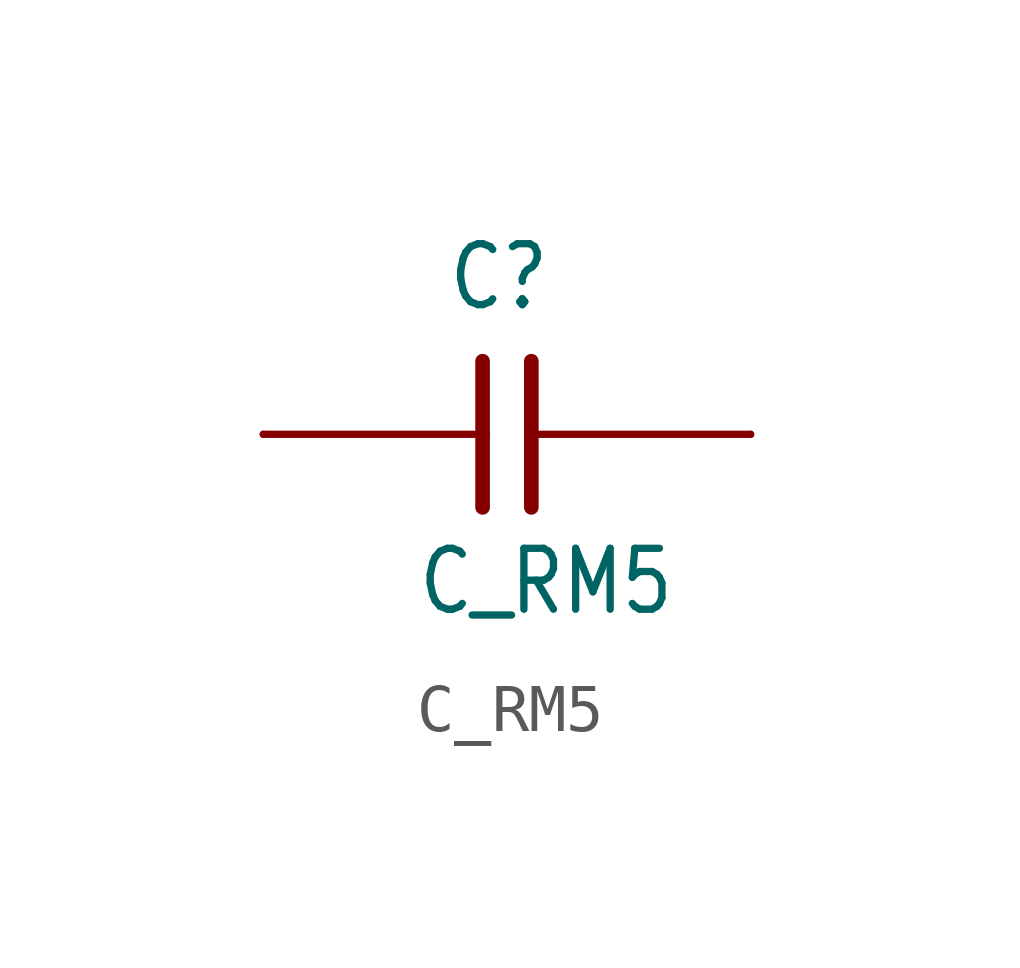
<source format=kicad_sym>
(kicad_symbol_lib
  (version 20201005)
  (generator kicad_symbol_editor)
  (symbol "C_RM5"
    (property "Reference" "C"
      (at -1.27 2.54 0)
      (effects (font (size 1.27 1.079)) (justify left bottom)))
    (property "Value" "C_RM5"
      (at -1.905 -3.81 0)
      (effects (font (size 1.27 1.079)) (justify left bottom)))
    (property "ki_locked" ""
      (at 0 0 0)
      (effects (font (size 1.27 1.27))))
    (symbol "C_RM5_1_0"
      (polyline (pts (xy -5.08 0) (xy -0.508 0)) (stroke (width 0.152)) (fill (type none)))
      (polyline (pts (xy -0.508 1.524) (xy -0.508 0)) (stroke (width 0.305)) (fill (type none)))
      (polyline (pts (xy -0.508 0) (xy -0.508 -1.524)) (stroke (width 0.305)) (fill (type none)))
      (polyline (pts (xy 5.08 0) (xy 0.508 0)) (stroke (width 0.152)) (fill (type none)))
      (polyline (pts (xy 0.508 1.524) (xy 0.508 0)) (stroke (width 0.305)) (fill (type none)))
      (polyline (pts (xy 0.508 0) (xy 0.508 -1.524)) (stroke (width 0.305)) (fill (type none)))
      (pin passive line (at -5.08 0 0) (length 0) (name "1" (effects (font (size 0 0)))) (number "1" (effects (font (size 0 0)))))
      (pin passive line (at 5.08 0 0) (length 0) (name "2" (effects (font (size 0 0)))) (number "2" (effects (font (size 0 0))))))))
</source>
